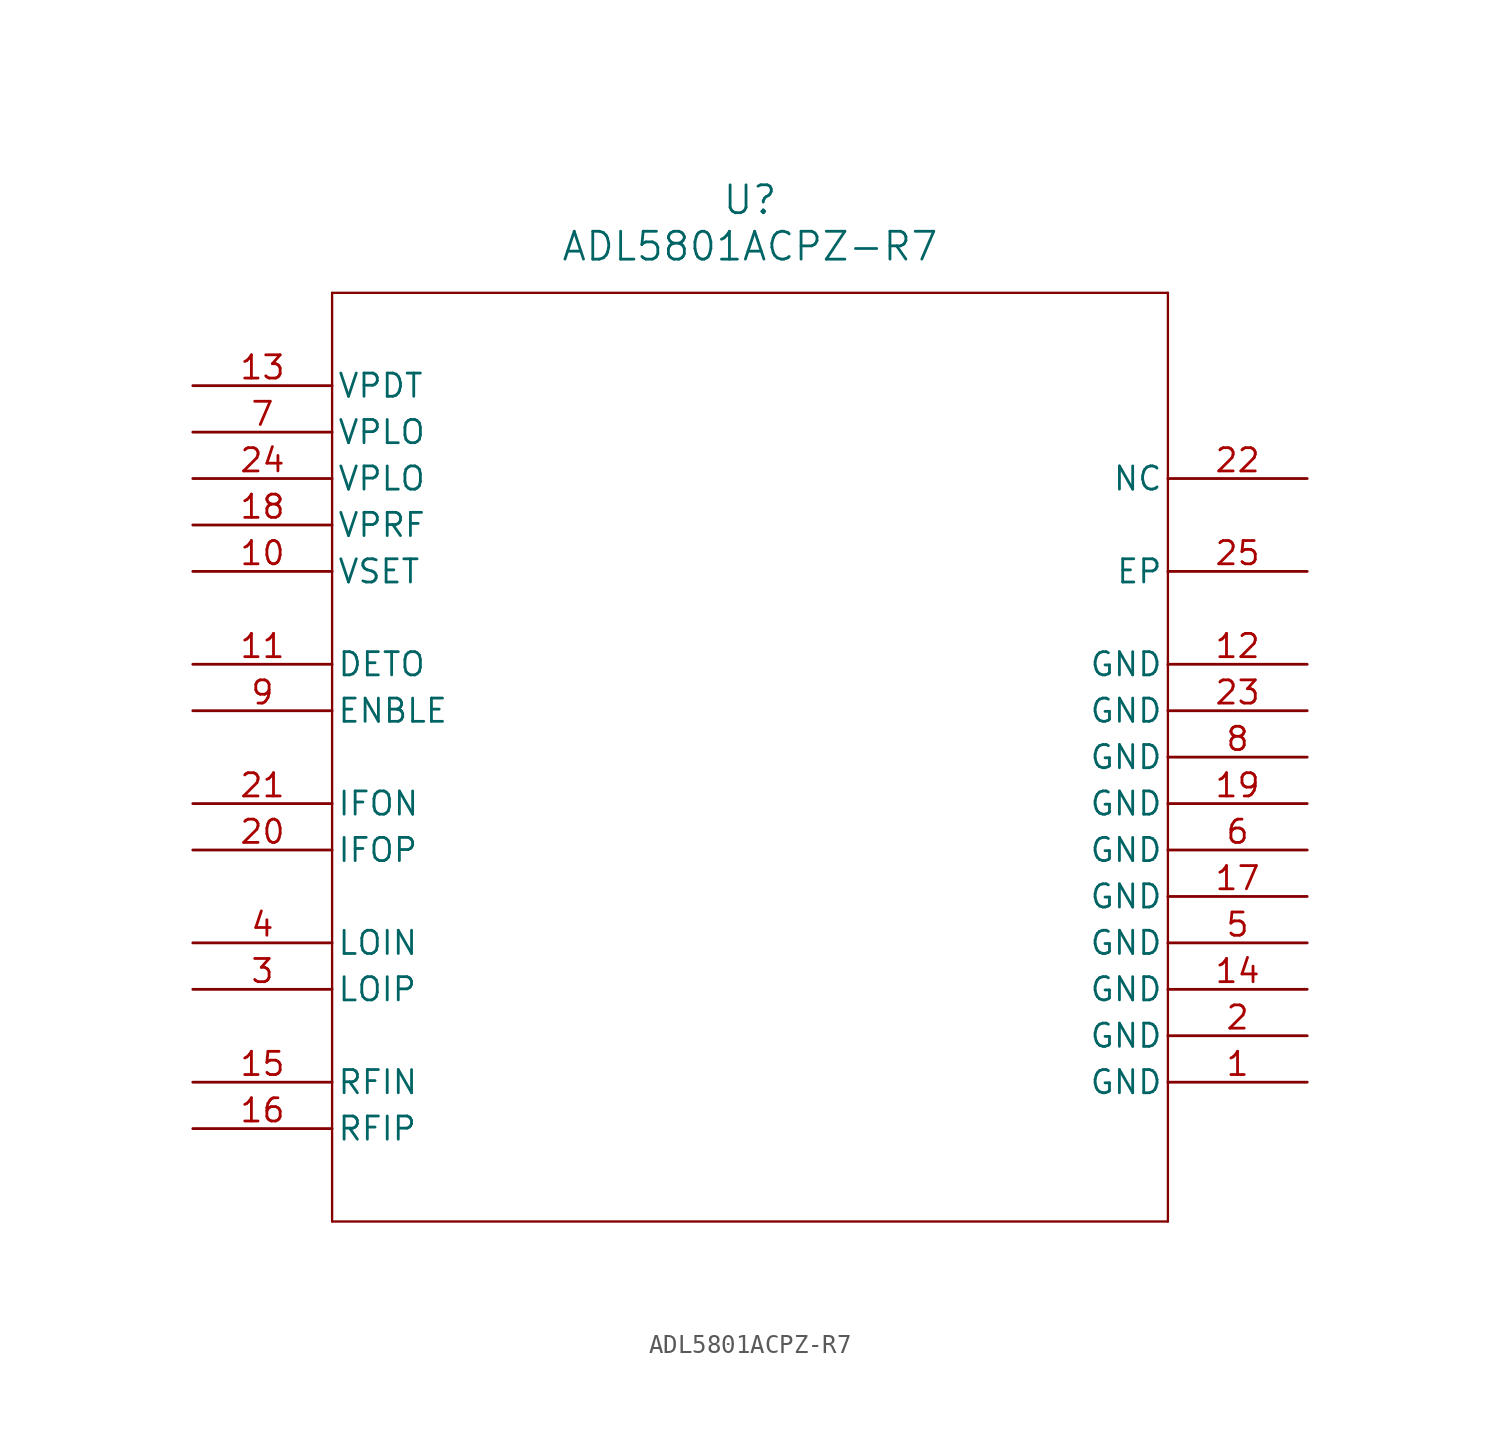
<source format=kicad_sym>
(kicad_symbol_lib
  (version 20211014)
  (generator kicad_symbol_editor)
  (symbol "ADL5801ACPZ-R7"
    (pin_names
      (offset 0.254))
    (property "Reference" "U"
      (at 30.48 10.16 0)
      (effects (font (size 1.524 1.524))))
    (property "Value" "ADL5801ACPZ-R7"
      (at 30.48 7.62 0)
      (effects (font (size 1.524 1.524))))
    (symbol "ADL5801ACPZ-R7_0_1"
      (polyline (pts (xy 7.62 5.08) (xy 7.62 -45.72)) (stroke (width 0.127) (type default) (color 0 0 0 0)) (fill (type none)))
      (polyline (pts (xy 7.62 -45.72) (xy 53.34 -45.72)) (stroke (width 0.127) (type default) (color 0 0 0 0)) (fill (type none)))
      (polyline (pts (xy 53.34 -45.72) (xy 53.34 5.08)) (stroke (width 0.127) (type default) (color 0 0 0 0)) (fill (type none)))
      (polyline (pts (xy 53.34 5.08) (xy 7.62 5.08)) (stroke (width 0.127) (type default) (color 0 0 0 0)) (fill (type none)))
      (pin unspecified line (at 0 -15.24 0) (length 7.62) (name "DETO" (effects (font (size 1.27 1.27)))) (number "11" (effects (font (size 1.27 1.27)))))
      (pin unspecified line (at 0 -17.78 0) (length 7.62) (name "ENBLE" (effects (font (size 1.27 1.27)))) (number "9" (effects (font (size 1.27 1.27)))))
      (pin unspecified line (at 60.96 -10.16 180) (length 7.62) (name "EP" (effects (font (size 1.27 1.27)))) (number "25" (effects (font (size 1.27 1.27)))))
      (pin unspecified line (at 60.96 -38.1 180) (length 7.62) (name "GND" (effects (font (size 1.27 1.27)))) (number "1" (effects (font (size 1.27 1.27)))))
      (pin unspecified line (at 60.96 -35.56 180) (length 7.62) (name "GND" (effects (font (size 1.27 1.27)))) (number "2" (effects (font (size 1.27 1.27)))))
      (pin unspecified line (at 60.96 -30.48 180) (length 7.62) (name "GND" (effects (font (size 1.27 1.27)))) (number "5" (effects (font (size 1.27 1.27)))))
      (pin unspecified line (at 60.96 -25.4 180) (length 7.62) (name "GND" (effects (font (size 1.27 1.27)))) (number "6" (effects (font (size 1.27 1.27)))))
      (pin unspecified line (at 60.96 -20.32 180) (length 7.62) (name "GND" (effects (font (size 1.27 1.27)))) (number "8" (effects (font (size 1.27 1.27)))))
      (pin unspecified line (at 60.96 -15.24 180) (length 7.62) (name "GND" (effects (font (size 1.27 1.27)))) (number "12" (effects (font (size 1.27 1.27)))))
      (pin unspecified line (at 60.96 -33.02 180) (length 7.62) (name "GND" (effects (font (size 1.27 1.27)))) (number "14" (effects (font (size 1.27 1.27)))))
      (pin unspecified line (at 60.96 -27.94 180) (length 7.62) (name "GND" (effects (font (size 1.27 1.27)))) (number "17" (effects (font (size 1.27 1.27)))))
      (pin unspecified line (at 60.96 -22.86 180) (length 7.62) (name "GND" (effects (font (size 1.27 1.27)))) (number "19" (effects (font (size 1.27 1.27)))))
      (pin unspecified line (at 60.96 -17.78 180) (length 7.62) (name "GND" (effects (font (size 1.27 1.27)))) (number "23" (effects (font (size 1.27 1.27)))))
      (pin unspecified line (at 0 -22.86 0) (length 7.62) (name "IFON" (effects (font (size 1.27 1.27)))) (number "21" (effects (font (size 1.27 1.27)))))
      (pin unspecified line (at 0 -25.4 0) (length 7.62) (name "IFOP" (effects (font (size 1.27 1.27)))) (number "20" (effects (font (size 1.27 1.27)))))
      (pin unspecified line (at 0 -30.48 0) (length 7.62) (name "LOIN" (effects (font (size 1.27 1.27)))) (number "4" (effects (font (size 1.27 1.27)))))
      (pin unspecified line (at 0 -33.02 0) (length 7.62) (name "LOIP" (effects (font (size 1.27 1.27)))) (number "3" (effects (font (size 1.27 1.27)))))
      (pin unspecified line (at 60.96 -5.08 180) (length 7.62) (name "NC" (effects (font (size 1.27 1.27)))) (number "22" (effects (font (size 1.27 1.27)))))
      (pin unspecified line (at 0 -38.1 0) (length 7.62) (name "RFIN" (effects (font (size 1.27 1.27)))) (number "15" (effects (font (size 1.27 1.27)))))
      (pin unspecified line (at 0 -40.64 0) (length 7.62) (name "RFIP" (effects (font (size 1.27 1.27)))) (number "16" (effects (font (size 1.27 1.27)))))
      (pin unspecified line (at 0 0 0) (length 7.62) (name "VPDT" (effects (font (size 1.27 1.27)))) (number "13" (effects (font (size 1.27 1.27)))))
      (pin unspecified line (at 0 -2.54 0) (length 7.62) (name "VPLO" (effects (font (size 1.27 1.27)))) (number "7" (effects (font (size 1.27 1.27)))))
      (pin unspecified line (at 0 -5.08 0) (length 7.62) (name "VPLO" (effects (font (size 1.27 1.27)))) (number "24" (effects (font (size 1.27 1.27)))))
      (pin unspecified line (at 0 -7.62 0) (length 7.62) (name "VPRF" (effects (font (size 1.27 1.27)))) (number "18" (effects (font (size 1.27 1.27)))))
      (pin unspecified line (at 0 -10.16 0) (length 7.62) (name "VSET" (effects (font (size 1.27 1.27)))) (number "10" (effects (font (size 1.27 1.27))))))))
</source>
